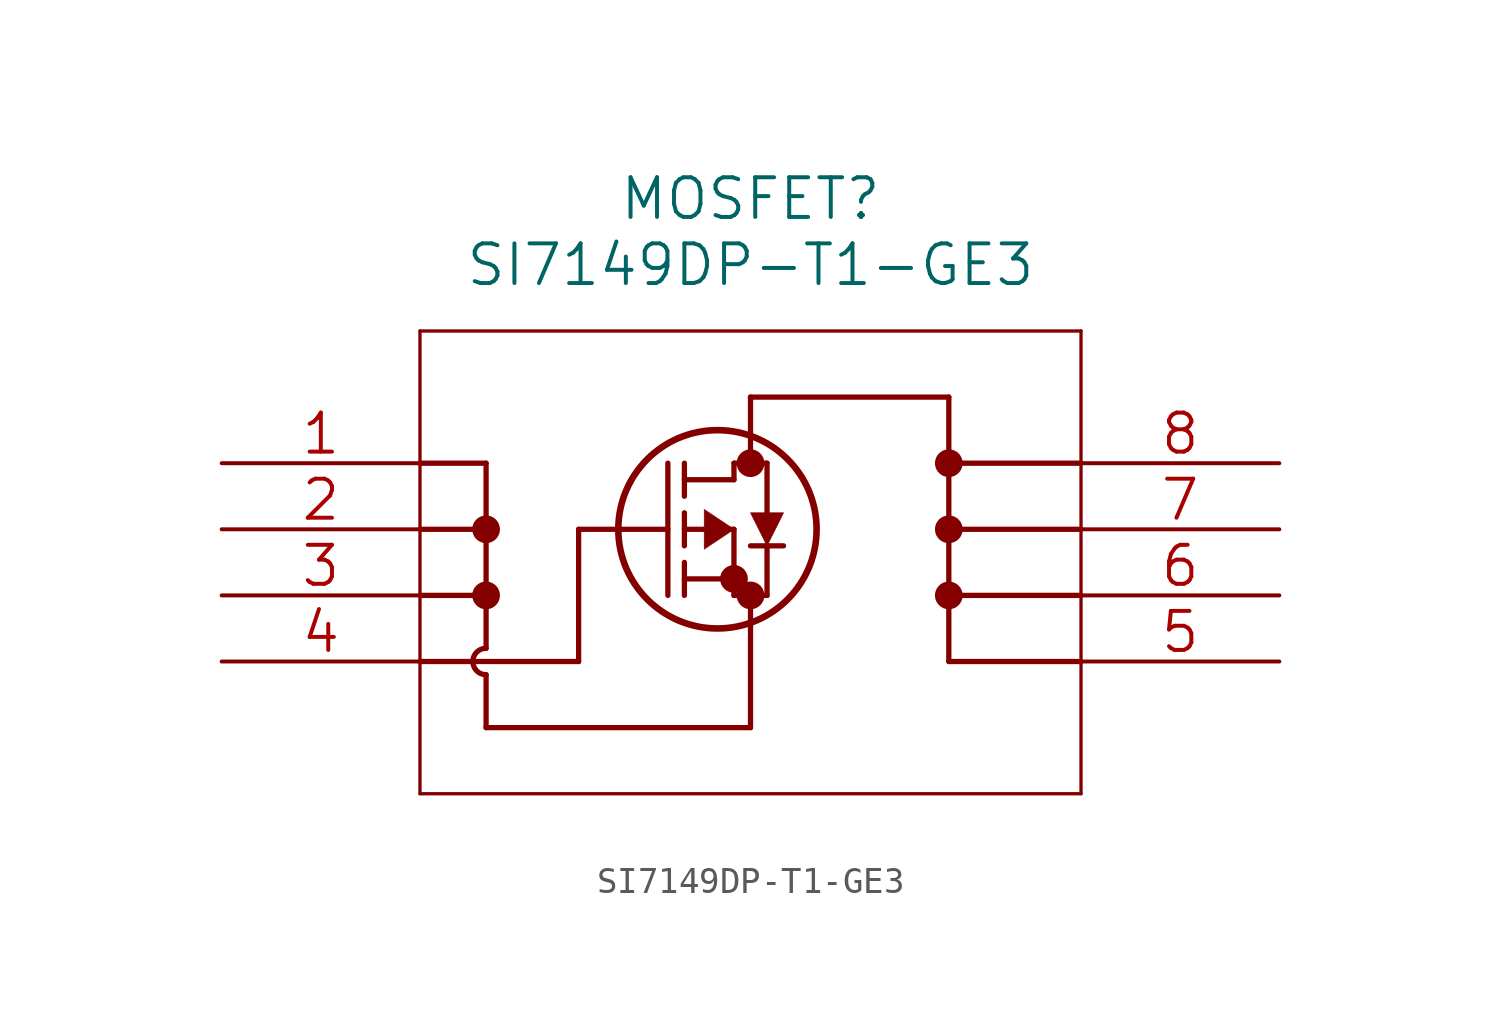
<source format=kicad_sym>
(kicad_symbol_lib
  (version 20211014)
  (generator kicad_symbol_editor)
  (symbol "SI7149DP-T1-GE3"
    (pin_names
      (offset 0.254) hide)
    (property "Reference" "MOSFET"
      (at 20.32 10.16 0)
      (effects (font (size 1.524 1.524))))
    (property "Value" "SI7149DP-T1-GE3"
      (at 20.32 7.62 0)
      (effects (font (size 1.524 1.524))))
    (property "Datasheet" ""
      (at 0 0 0)
      (effects (font (size 1.524 1.524))))
    (property "ki_locked" ""
      (at 0 0 0)
      (effects (font (size 1.27 1.27))))
    (symbol "SI7149DP-T1-GE3_1_1"
      (polyline (pts (xy 7.62 -12.7) (xy 33.02 -12.7)) (stroke (width 0.127) (type default) (color 0 0 0 0)) (fill (type none)))
      (polyline (pts (xy 7.62 -7.62) (xy 13.716 -7.62)) (stroke (width 0.203) (type default) (color 0 0 0 0)) (fill (type none)))
      (polyline (pts (xy 7.62 5.08) (xy 7.62 -12.7)) (stroke (width 0.127) (type default) (color 0 0 0 0)) (fill (type none)))
      (polyline (pts (xy 10.16 -10.16) (xy 10.16 -8.128)) (stroke (width 0.203) (type default) (color 0 0 0 0)) (fill (type none)))
      (polyline (pts (xy 10.16 -7.112) (xy 10.16 0)) (stroke (width 0.203) (type default) (color 0 0 0 0)) (fill (type none)))
      (polyline (pts (xy 10.16 -5.08) (xy 7.62 -5.08)) (stroke (width 0.203) (type default) (color 0 0 0 0)) (fill (type none)))
      (polyline (pts (xy 10.16 -2.54) (xy 7.62 -2.54)) (stroke (width 0.203) (type default) (color 0 0 0 0)) (fill (type none)))
      (polyline (pts (xy 10.16 0) (xy 7.62 0)) (stroke (width 0.203) (type default) (color 0 0 0 0)) (fill (type none)))
      (polyline (pts (xy 13.716 -7.62) (xy 13.716 -2.54)) (stroke (width 0.203) (type default) (color 0 0 0 0)) (fill (type none)))
      (polyline (pts (xy 13.716 -2.54) (xy 17.145 -2.54)) (stroke (width 0.203) (type default) (color 0 0 0 0)) (fill (type none)))
      (polyline (pts (xy 17.145 -5.08) (xy 17.145 0)) (stroke (width 0.203) (type default) (color 0 0 0 0)) (fill (type none)))
      (polyline (pts (xy 17.78 -5.08) (xy 17.78 -3.81)) (stroke (width 0.203) (type default) (color 0 0 0 0)) (fill (type none)))
      (polyline (pts (xy 17.78 -4.445) (xy 19.685 -4.445)) (stroke (width 0.203) (type default) (color 0 0 0 0)) (fill (type none)))
      (polyline (pts (xy 17.78 -3.175) (xy 17.78 -1.905)) (stroke (width 0.203) (type default) (color 0 0 0 0)) (fill (type none)))
      (polyline (pts (xy 17.78 -2.54) (xy 19.685 -2.54)) (stroke (width 0.203) (type default) (color 0 0 0 0)) (fill (type none)))
      (polyline (pts (xy 17.78 -1.27) (xy 17.78 0)) (stroke (width 0.203) (type default) (color 0 0 0 0)) (fill (type none)))
      (polyline (pts (xy 17.78 -0.635) (xy 19.685 -0.635)) (stroke (width 0.203) (type default) (color 0 0 0 0)) (fill (type none)))
      (polyline (pts (xy 19.685 -5.08) (xy 19.685 -2.54)) (stroke (width 0.203) (type default) (color 0 0 0 0)) (fill (type none)))
      (polyline (pts (xy 19.685 -5.08) (xy 20.955 -5.08)) (stroke (width 0.203) (type default) (color 0 0 0 0)) (fill (type none)))
      (polyline (pts (xy 19.685 -0.635) (xy 19.685 0)) (stroke (width 0.203) (type default) (color 0 0 0 0)) (fill (type none)))
      (polyline (pts (xy 19.685 0) (xy 20.955 0)) (stroke (width 0.203) (type default) (color 0 0 0 0)) (fill (type none)))
      (polyline (pts (xy 20.32 -10.16) (xy 10.16 -10.16)) (stroke (width 0.203) (type default) (color 0 0 0 0)) (fill (type none)))
      (polyline (pts (xy 20.32 -10.16) (xy 20.32 -5.08)) (stroke (width 0.203) (type default) (color 0 0 0 0)) (fill (type none)))
      (polyline (pts (xy 20.32 0) (xy 20.32 2.54)) (stroke (width 0.203) (type default) (color 0 0 0 0)) (fill (type none)))
      (polyline (pts (xy 20.955 -5.08) (xy 20.955 -3.175)) (stroke (width 0.203) (type default) (color 0 0 0 0)) (fill (type none)))
      (polyline (pts (xy 20.955 -1.905) (xy 20.955 0)) (stroke (width 0.203) (type default) (color 0 0 0 0)) (fill (type none)))
      (polyline (pts (xy 21.59 -3.175) (xy 20.32 -3.175)) (stroke (width 0.203) (type default) (color 0 0 0 0)) (fill (type none)))
      (polyline (pts (xy 27.94 -7.62) (xy 27.94 2.54)) (stroke (width 0.203) (type default) (color 0 0 0 0)) (fill (type none)))
      (polyline (pts (xy 27.94 -7.62) (xy 33.02 -7.62)) (stroke (width 0.203) (type default) (color 0 0 0 0)) (fill (type none)))
      (polyline (pts (xy 27.94 -5.08) (xy 33.02 -5.08)) (stroke (width 0.203) (type default) (color 0 0 0 0)) (fill (type none)))
      (polyline (pts (xy 27.94 -2.54) (xy 33.02 -2.54)) (stroke (width 0.203) (type default) (color 0 0 0 0)) (fill (type none)))
      (polyline (pts (xy 27.94 0) (xy 33.02 0)) (stroke (width 0.203) (type default) (color 0 0 0 0)) (fill (type none)))
      (polyline (pts (xy 27.94 2.54) (xy 20.32 2.54)) (stroke (width 0.203) (type default) (color 0 0 0 0)) (fill (type none)))
      (polyline (pts (xy 33.02 -12.7) (xy 33.02 5.08)) (stroke (width 0.127) (type default) (color 0 0 0 0)) (fill (type none)))
      (polyline (pts (xy 33.02 5.08) (xy 7.62 5.08)) (stroke (width 0.127) (type default) (color 0 0 0 0)) (fill (type none)))
      (polyline (pts (xy 18.542 -1.778) (xy 19.685 -2.54) (xy 18.542 -3.302) (xy 18.542 -1.778)) (stroke (width 0.025) (type default) (color 0 0 0 0)) (fill (type outline)))
      (polyline (pts (xy 21.59 -1.905) (xy 20.32 -1.905) (xy 20.955 -3.175) (xy 21.59 -1.905)) (stroke (width 0.025) (type default) (color 0 0 0 0)) (fill (type outline)))
      (arc (start 10.16 -7.112) (mid 9.652 -7.62) (end 10.16 -8.128) (stroke (width 0.2032) (type default) (color 0 0 0 0)) (fill (type none)))
      (circle (center 10.16 -5.08) (radius 0.025) (stroke (width 0.508) (type default) (color 0 0 0 0)) (fill (type none)))
      (circle (center 10.16 -2.54) (radius 0.025) (stroke (width 0.508) (type default) (color 0 0 0 0)) (fill (type none)))
      (circle (center 19.05 -2.54) (radius 3.81) (stroke (width 0.254) (type default) (color 0 0 0 0)) (fill (type none)))
      (circle (center 19.685 -4.445) (radius 0.025) (stroke (width 0.508) (type default) (color 0 0 0 0)) (fill (type none)))
      (circle (center 20.32 -5.08) (radius 0.025) (stroke (width 0.508) (type default) (color 0 0 0 0)) (fill (type none)))
      (circle (center 20.32 0) (radius 0.025) (stroke (width 0.508) (type default) (color 0 0 0 0)) (fill (type none)))
      (circle (center 27.94 -5.08) (radius 0.025) (stroke (width 0.508) (type default) (color 0 0 0 0)) (fill (type none)))
      (circle (center 27.94 -2.54) (radius 0.025) (stroke (width 0.508) (type default) (color 0 0 0 0)) (fill (type none)))
      (circle (center 27.94 0) (radius 0.025) (stroke (width 0.508) (type default) (color 0 0 0 0)) (fill (type none)))
      (pin unspecified line (at 0 0 0) (length 7.62) (name "1" (effects (font (size 1.499 1.499)))) (number "1" (effects (font (size 1.499 1.499)))))
      (pin unspecified line (at 0 -2.54 0) (length 7.62) (name "2" (effects (font (size 1.499 1.499)))) (number "2" (effects (font (size 1.499 1.499)))))
      (pin unspecified line (at 0 -5.08 0) (length 7.62) (name "3" (effects (font (size 1.499 1.499)))) (number "3" (effects (font (size 1.499 1.499)))))
      (pin unspecified line (at 0 -7.62 0) (length 7.62) (name "4" (effects (font (size 1.499 1.499)))) (number "4" (effects (font (size 1.499 1.499)))))
      (pin unspecified line (at 40.64 -7.62 180) (length 7.62) (name "5" (effects (font (size 1.499 1.499)))) (number "5" (effects (font (size 1.499 1.499)))))
      (pin unspecified line (at 40.64 -5.08 180) (length 7.62) (name "6" (effects (font (size 1.499 1.499)))) (number "6" (effects (font (size 1.499 1.499)))))
      (pin unspecified line (at 40.64 -2.54 180) (length 7.62) (name "7" (effects (font (size 1.499 1.499)))) (number "7" (effects (font (size 1.499 1.499)))))
      (pin unspecified line (at 40.64 0 180) (length 7.62) (name "8" (effects (font (size 1.499 1.499)))) (number "8" (effects (font (size 1.499 1.499))))))))
</source>
